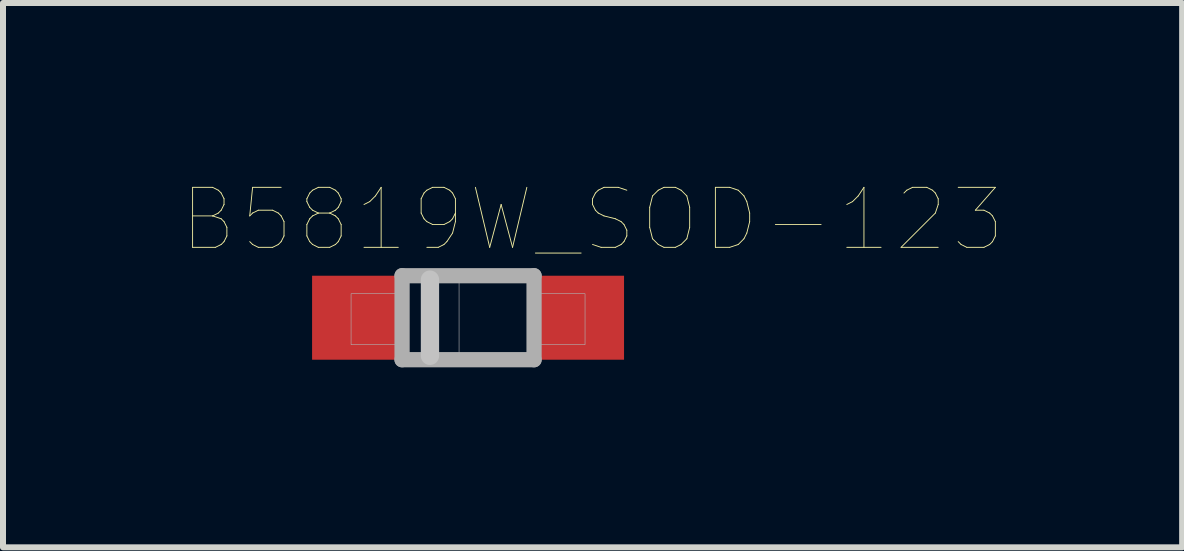
<source format=kicad_pcb>
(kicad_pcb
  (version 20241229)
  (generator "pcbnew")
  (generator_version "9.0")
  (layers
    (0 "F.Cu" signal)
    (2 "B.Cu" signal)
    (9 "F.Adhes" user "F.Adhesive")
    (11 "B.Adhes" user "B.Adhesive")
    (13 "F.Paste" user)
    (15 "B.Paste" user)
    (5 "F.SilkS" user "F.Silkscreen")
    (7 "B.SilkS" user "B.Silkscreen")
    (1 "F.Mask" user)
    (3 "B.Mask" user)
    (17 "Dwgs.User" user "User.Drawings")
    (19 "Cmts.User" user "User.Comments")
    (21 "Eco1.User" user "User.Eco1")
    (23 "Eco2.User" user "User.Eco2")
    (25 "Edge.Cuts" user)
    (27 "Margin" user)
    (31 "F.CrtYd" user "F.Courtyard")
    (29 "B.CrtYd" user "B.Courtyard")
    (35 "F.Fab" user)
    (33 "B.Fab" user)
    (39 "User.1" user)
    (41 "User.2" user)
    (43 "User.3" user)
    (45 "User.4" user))
  (footprint "B5819W_SOD-123"
    (layer "F.Cu")
    (at 4.752 2.246)
    (property "Reference" "B5819W_SOD-123" (at 2.075 -1.635 0) (layer "F.SilkS") (effects (font (size 1 1) (thickness 0.015))))
    (attr through_hole)
    (fp_line (start -0.635 -0.635) (end -0.635 0.635) (stroke (width 0.305) (type solid)) (layer "Dwgs.User"))
    (fp_line (start -1.1 -0.7) (end 1.1 -0.7) (stroke (width 0.254) (type solid)) (layer "F.Fab"))
    (fp_line (start -1.1 0.7) (end -1.1 -0.7) (stroke (width 0.254) (type solid)) (layer "F.Fab"))
    (fp_line (start 1.1 -0.7) (end 1.1 0.7) (stroke (width 0.254) (type solid)) (layer "F.Fab"))
    (fp_line (start 1.1 0.7) (end -1.1 0.7) (stroke (width 0.254) (type solid)) (layer "F.Fab"))
    (fp_poly (pts (xy -1.95 -0.4) (xy -1.2 -0.4) (xy -1.2 0.45) (xy -1.95 0.45)) (stroke (width 0.01) (type solid)) (fill no) (layer "F.Fab"))
    (fp_poly (pts (xy -1.05 -0.7) (xy -0.15 -0.7) (xy -0.15 0.65) (xy -1.05 0.65)) (stroke (width 0.01) (type solid)) (fill no) (layer "F.Fab"))
    (fp_poly (pts (xy 1.2 -0.4) (xy 1.95 -0.4) (xy 1.95 0.45) (xy 1.2 0.45)) (stroke (width 0.01) (type solid)) (fill no) (layer "F.Fab"))
    (pad "A" smd rect (at 1.9 0) (size 1.4 1.4) (layers "F.Cu" "F.Mask" "F.Paste"))
    (pad "C" smd rect (at -1.9 0) (size 1.4 1.4) (layers "F.Cu" "F.Mask" "F.Paste")))
  (gr_rect
    (start -3 -3)
    (end 16.655 6.073)
    (stroke (width 0.1) (type default))
    (fill no)
    (layer "Edge.Cuts")))
</source>
